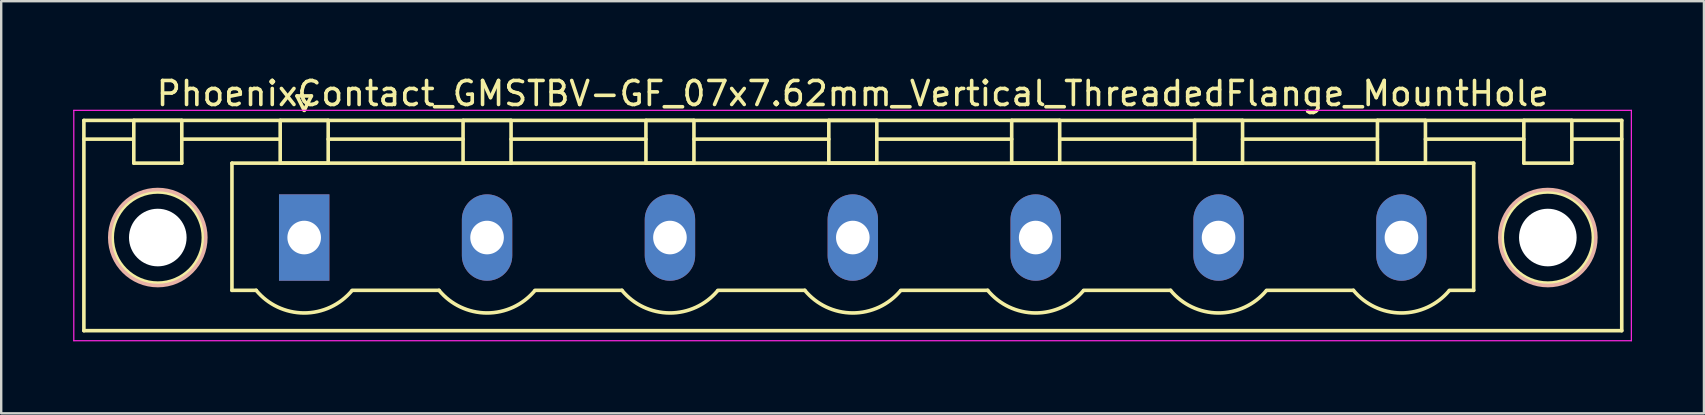
<source format=kicad_pcb>
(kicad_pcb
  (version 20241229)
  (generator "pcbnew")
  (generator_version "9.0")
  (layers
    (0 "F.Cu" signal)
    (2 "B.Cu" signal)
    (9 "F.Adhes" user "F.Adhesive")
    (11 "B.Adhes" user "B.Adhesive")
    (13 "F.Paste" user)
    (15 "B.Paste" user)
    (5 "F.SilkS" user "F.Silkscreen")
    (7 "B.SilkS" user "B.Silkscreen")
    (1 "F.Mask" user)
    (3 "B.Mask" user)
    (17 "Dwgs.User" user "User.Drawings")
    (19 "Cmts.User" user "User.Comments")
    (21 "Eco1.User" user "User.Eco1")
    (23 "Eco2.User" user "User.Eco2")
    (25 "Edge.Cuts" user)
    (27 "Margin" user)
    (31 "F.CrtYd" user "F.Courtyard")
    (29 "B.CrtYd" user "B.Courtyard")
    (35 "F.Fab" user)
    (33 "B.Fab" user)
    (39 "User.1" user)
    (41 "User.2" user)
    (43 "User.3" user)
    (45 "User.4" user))
  (footprint "PhoenixContact_GMSTBV-GF_07x7.62mm_Vertical_ThreadedFlange_MountHole"
    (layer "F.Cu")
    (at 9.625 6.848)
    (property "Reference" "PhoenixContact_GMSTBV-GF_07x7.62mm_Vertical_ThreadedFlange_MountHole" (at 22.86 -6 0) (layer "F.SilkS") (effects (font (size 1 1) (thickness 0.15))))
    (attr through_hole)
    (fp_line (start -9.18 -4.88) (end -9.18 3.88) (stroke (width 0.15) (type solid)) (layer "F.SilkS"))
    (fp_line (start -9.18 -4.1) (end -7.18 -4.1) (stroke (width 0.15) (type solid)) (layer "F.SilkS"))
    (fp_line (start -9.18 3.88) (end 54.9 3.88) (stroke (width 0.15) (type solid)) (layer "F.SilkS"))
    (fp_line (start -7.1 -4.88) (end -5.1 -4.88) (stroke (width 0.15) (type solid)) (layer "F.SilkS"))
    (fp_line (start -7.1 -3.1) (end -7.1 -4.88) (stroke (width 0.15) (type solid)) (layer "F.SilkS"))
    (fp_line (start -5.1 -4.88) (end -5.1 -3.1) (stroke (width 0.15) (type solid)) (layer "F.SilkS"))
    (fp_line (start -5.1 -4.1) (end -1 -4.1) (stroke (width 0.15) (type solid)) (layer "F.SilkS"))
    (fp_line (start -5.1 -3.1) (end -7.1 -3.1) (stroke (width 0.15) (type solid)) (layer "F.SilkS"))
    (fp_line (start -3.01 -3.1) (end 48.73 -3.1) (stroke (width 0.15) (type solid)) (layer "F.SilkS"))
    (fp_line (start -3.01 2.2) (end -3.01 -3.1) (stroke (width 0.15) (type solid)) (layer "F.SilkS"))
    (fp_line (start -2 2.2) (end -3.01 2.2) (stroke (width 0.15) (type solid)) (layer "F.SilkS"))
    (fp_line (start -1 -4.88) (end 1 -4.88) (stroke (width 0.15) (type solid)) (layer "F.SilkS"))
    (fp_line (start -1 -3.1) (end -1 -4.88) (stroke (width 0.15) (type solid)) (layer "F.SilkS"))
    (fp_line (start -0.3 -5.9) (end 0 -5.3) (stroke (width 0.15) (type solid)) (layer "F.SilkS"))
    (fp_line (start 0 -5.3) (end 0.3 -5.9) (stroke (width 0.15) (type solid)) (layer "F.SilkS"))
    (fp_line (start 0.3 -5.9) (end -0.3 -5.9) (stroke (width 0.15) (type solid)) (layer "F.SilkS"))
    (fp_line (start 1 -4.88) (end 1 -3.1) (stroke (width 0.15) (type solid)) (layer "F.SilkS"))
    (fp_line (start 1 -4.1) (end 6.62 -4.1) (stroke (width 0.15) (type solid)) (layer "F.SilkS"))
    (fp_line (start 1 -3.1) (end -1 -3.1) (stroke (width 0.15) (type solid)) (layer "F.SilkS"))
    (fp_line (start 2 2.2) (end 5.62 2.2) (stroke (width 0.15) (type solid)) (layer "F.SilkS"))
    (fp_line (start 6.62 -4.88) (end 8.62 -4.88) (stroke (width 0.15) (type solid)) (layer "F.SilkS"))
    (fp_line (start 6.62 -3.1) (end 6.62 -4.88) (stroke (width 0.15) (type solid)) (layer "F.SilkS"))
    (fp_line (start 8.62 -4.88) (end 8.62 -3.1) (stroke (width 0.15) (type solid)) (layer "F.SilkS"))
    (fp_line (start 8.62 -4.1) (end 14.24 -4.1) (stroke (width 0.15) (type solid)) (layer "F.SilkS"))
    (fp_line (start 8.62 -3.1) (end 6.62 -3.1) (stroke (width 0.15) (type solid)) (layer "F.SilkS"))
    (fp_line (start 9.62 2.2) (end 13.24 2.2) (stroke (width 0.15) (type solid)) (layer "F.SilkS"))
    (fp_line (start 14.24 -4.88) (end 16.24 -4.88) (stroke (width 0.15) (type solid)) (layer "F.SilkS"))
    (fp_line (start 14.24 -3.1) (end 14.24 -4.88) (stroke (width 0.15) (type solid)) (layer "F.SilkS"))
    (fp_line (start 16.24 -4.88) (end 16.24 -3.1) (stroke (width 0.15) (type solid)) (layer "F.SilkS"))
    (fp_line (start 16.24 -4.1) (end 21.86 -4.1) (stroke (width 0.15) (type solid)) (layer "F.SilkS"))
    (fp_line (start 16.24 -3.1) (end 14.24 -3.1) (stroke (width 0.15) (type solid)) (layer "F.SilkS"))
    (fp_line (start 17.24 2.2) (end 20.86 2.2) (stroke (width 0.15) (type solid)) (layer "F.SilkS"))
    (fp_line (start 21.86 -4.88) (end 23.86 -4.88) (stroke (width 0.15) (type solid)) (layer "F.SilkS"))
    (fp_line (start 21.86 -3.1) (end 21.86 -4.88) (stroke (width 0.15) (type solid)) (layer "F.SilkS"))
    (fp_line (start 23.86 -4.88) (end 23.86 -3.1) (stroke (width 0.15) (type solid)) (layer "F.SilkS"))
    (fp_line (start 23.86 -4.1) (end 29.48 -4.1) (stroke (width 0.15) (type solid)) (layer "F.SilkS"))
    (fp_line (start 23.86 -3.1) (end 21.86 -3.1) (stroke (width 0.15) (type solid)) (layer "F.SilkS"))
    (fp_line (start 24.86 2.2) (end 28.48 2.2) (stroke (width 0.15) (type solid)) (layer "F.SilkS"))
    (fp_line (start 29.48 -4.88) (end 31.48 -4.88) (stroke (width 0.15) (type solid)) (layer "F.SilkS"))
    (fp_line (start 29.48 -3.1) (end 29.48 -4.88) (stroke (width 0.15) (type solid)) (layer "F.SilkS"))
    (fp_line (start 31.48 -4.88) (end 31.48 -3.1) (stroke (width 0.15) (type solid)) (layer "F.SilkS"))
    (fp_line (start 31.48 -4.1) (end 37.1 -4.1) (stroke (width 0.15) (type solid)) (layer "F.SilkS"))
    (fp_line (start 31.48 -3.1) (end 29.48 -3.1) (stroke (width 0.15) (type solid)) (layer "F.SilkS"))
    (fp_line (start 32.48 2.2) (end 36.1 2.2) (stroke (width 0.15) (type solid)) (layer "F.SilkS"))
    (fp_line (start 37.1 -4.88) (end 39.1 -4.88) (stroke (width 0.15) (type solid)) (layer "F.SilkS"))
    (fp_line (start 37.1 -3.1) (end 37.1 -4.88) (stroke (width 0.15) (type solid)) (layer "F.SilkS"))
    (fp_line (start 39.1 -4.88) (end 39.1 -3.1) (stroke (width 0.15) (type solid)) (layer "F.SilkS"))
    (fp_line (start 39.1 -4.1) (end 44.72 -4.1) (stroke (width 0.15) (type solid)) (layer "F.SilkS"))
    (fp_line (start 39.1 -3.1) (end 37.1 -3.1) (stroke (width 0.15) (type solid)) (layer "F.SilkS"))
    (fp_line (start 40.1 2.2) (end 43.72 2.2) (stroke (width 0.15) (type solid)) (layer "F.SilkS"))
    (fp_line (start 44.72 -4.88) (end 46.72 -4.88) (stroke (width 0.15) (type solid)) (layer "F.SilkS"))
    (fp_line (start 44.72 -3.1) (end 44.72 -4.88) (stroke (width 0.15) (type solid)) (layer "F.SilkS"))
    (fp_line (start 46.72 -4.88) (end 46.72 -3.1) (stroke (width 0.15) (type solid)) (layer "F.SilkS"))
    (fp_line (start 46.72 -4.1) (end 50.82 -4.1) (stroke (width 0.15) (type solid)) (layer "F.SilkS"))
    (fp_line (start 46.72 -3.1) (end 44.72 -3.1) (stroke (width 0.15) (type solid)) (layer "F.SilkS"))
    (fp_line (start 48.73 -3.1) (end 48.73 2.2) (stroke (width 0.15) (type solid)) (layer "F.SilkS"))
    (fp_line (start 48.73 2.2) (end 47.72 2.2) (stroke (width 0.15) (type solid)) (layer "F.SilkS"))
    (fp_line (start 50.82 -4.88) (end 52.82 -4.88) (stroke (width 0.15) (type solid)) (layer "F.SilkS"))
    (fp_line (start 50.82 -3.1) (end 50.82 -4.88) (stroke (width 0.15) (type solid)) (layer "F.SilkS"))
    (fp_line (start 52.82 -4.88) (end 52.82 -3.1) (stroke (width 0.15) (type solid)) (layer "F.SilkS"))
    (fp_line (start 52.82 -3.1) (end 50.82 -3.1) (stroke (width 0.15) (type solid)) (layer "F.SilkS"))
    (fp_line (start 54.9 -4.88) (end -9.18 -4.88) (stroke (width 0.15) (type solid)) (layer "F.SilkS"))
    (fp_line (start 54.9 -4.1) (end 52.9 -4.1) (stroke (width 0.15) (type solid)) (layer "F.SilkS"))
    (fp_line (start 54.9 3.88) (end 54.9 -4.88) (stroke (width 0.15) (type solid)) (layer "F.SilkS"))
    (fp_arc (start 1.986842 2.215821) (mid -0.010289 3.142758) (end -2 2.2) (stroke (width 0.15) (type solid)) (layer "F.SilkS"))
    (fp_arc (start 9.606842 2.215821) (mid 7.609711 3.142758) (end 5.62 2.2) (stroke (width 0.15) (type solid)) (layer "F.SilkS"))
    (fp_arc (start 17.226842 2.215821) (mid 15.229711 3.142758) (end 13.24 2.2) (stroke (width 0.15) (type solid)) (layer "F.SilkS"))
    (fp_arc (start 24.846842 2.215821) (mid 22.849711 3.142758) (end 20.86 2.2) (stroke (width 0.15) (type solid)) (layer "F.SilkS"))
    (fp_arc (start 32.466842 2.215821) (mid 30.469711 3.142758) (end 28.48 2.2) (stroke (width 0.15) (type solid)) (layer "F.SilkS"))
    (fp_arc (start 40.086842 2.215821) (mid 38.089711 3.142758) (end 36.1 2.2) (stroke (width 0.15) (type solid)) (layer "F.SilkS"))
    (fp_arc (start 47.706842 2.215821) (mid 45.709711 3.142758) (end 43.72 2.2) (stroke (width 0.15) (type solid)) (layer "F.SilkS"))
    (fp_circle (center -6.1 0) (end -5.1 0) (stroke (width 0.15) (type solid)) (fill no) (layer "F.SilkS"))
    (fp_circle (center -6.1 0) (end -4.2 0) (stroke (width 0.15) (type solid)) (fill no) (layer "F.SilkS"))
    (fp_circle (center 51.82 0) (end 52.82 0) (stroke (width 0.15) (type solid)) (fill no) (layer "F.SilkS"))
    (fp_circle (center 51.82 0) (end 53.72 0) (stroke (width 0.15) (type solid)) (fill no) (layer "F.SilkS"))
    (fp_circle (center -6.1 0) (end -4.1 0) (stroke (width 0.15) (type solid)) (fill no) (layer "B.SilkS"))
    (fp_circle (center 51.82 0) (end 53.82 0) (stroke (width 0.15) (type solid)) (fill no) (layer "B.SilkS"))
    (fp_line (start -9.6 -5.3) (end -9.6 4.3) (stroke (width 0.05) (type solid)) (layer "F.CrtYd"))
    (fp_line (start -9.6 4.3) (end 55.3 4.3) (stroke (width 0.05) (type solid)) (layer "F.CrtYd"))
    (fp_line (start 55.3 -5.3) (end -9.6 -5.3) (stroke (width 0.05) (type solid)) (layer "F.CrtYd"))
    (fp_line (start 55.3 4.3) (end 55.3 -5.3) (stroke (width 0.05) (type solid)) (layer "F.CrtYd"))
    (pad "" np_thru_hole circle (at -6.1 0) (size 2.4 2.4) (drill 2.4) (layers "*.Cu" "*.Mask"))
    (pad "" np_thru_hole circle (at 51.82 0) (size 2.4 2.4) (drill 2.4) (layers "*.Cu" "*.Mask"))
    (pad "1" thru_hole rect (at 0 0) (size 2.1 3.6) (drill 1.4) (layers "*.Cu" "*.Mask"))
    (pad "2" thru_hole oval (at 7.62 0) (size 2.1 3.6) (drill 1.4) (layers "*.Cu" "*.Mask"))
    (pad "3" thru_hole oval (at 15.24 0) (size 2.1 3.6) (drill 1.4) (layers "*.Cu" "*.Mask"))
    (pad "4" thru_hole oval (at 22.86 0) (size 2.1 3.6) (drill 1.4) (layers "*.Cu" "*.Mask"))
    (pad "5" thru_hole oval (at 30.48 0) (size 2.1 3.6) (drill 1.4) (layers "*.Cu" "*.Mask"))
    (pad "6" thru_hole oval (at 38.1 0) (size 2.1 3.6) (drill 1.4) (layers "*.Cu" "*.Mask"))
    (pad "7" thru_hole oval (at 45.72 0) (size 2.1 3.6) (drill 1.4) (layers "*.Cu" "*.Mask")))
  (gr_rect
    (start -3 -3)
    (end 67.95 14.173)
    (stroke (width 0.1) (type default))
    (fill no)
    (layer "Edge.Cuts")))
</source>
